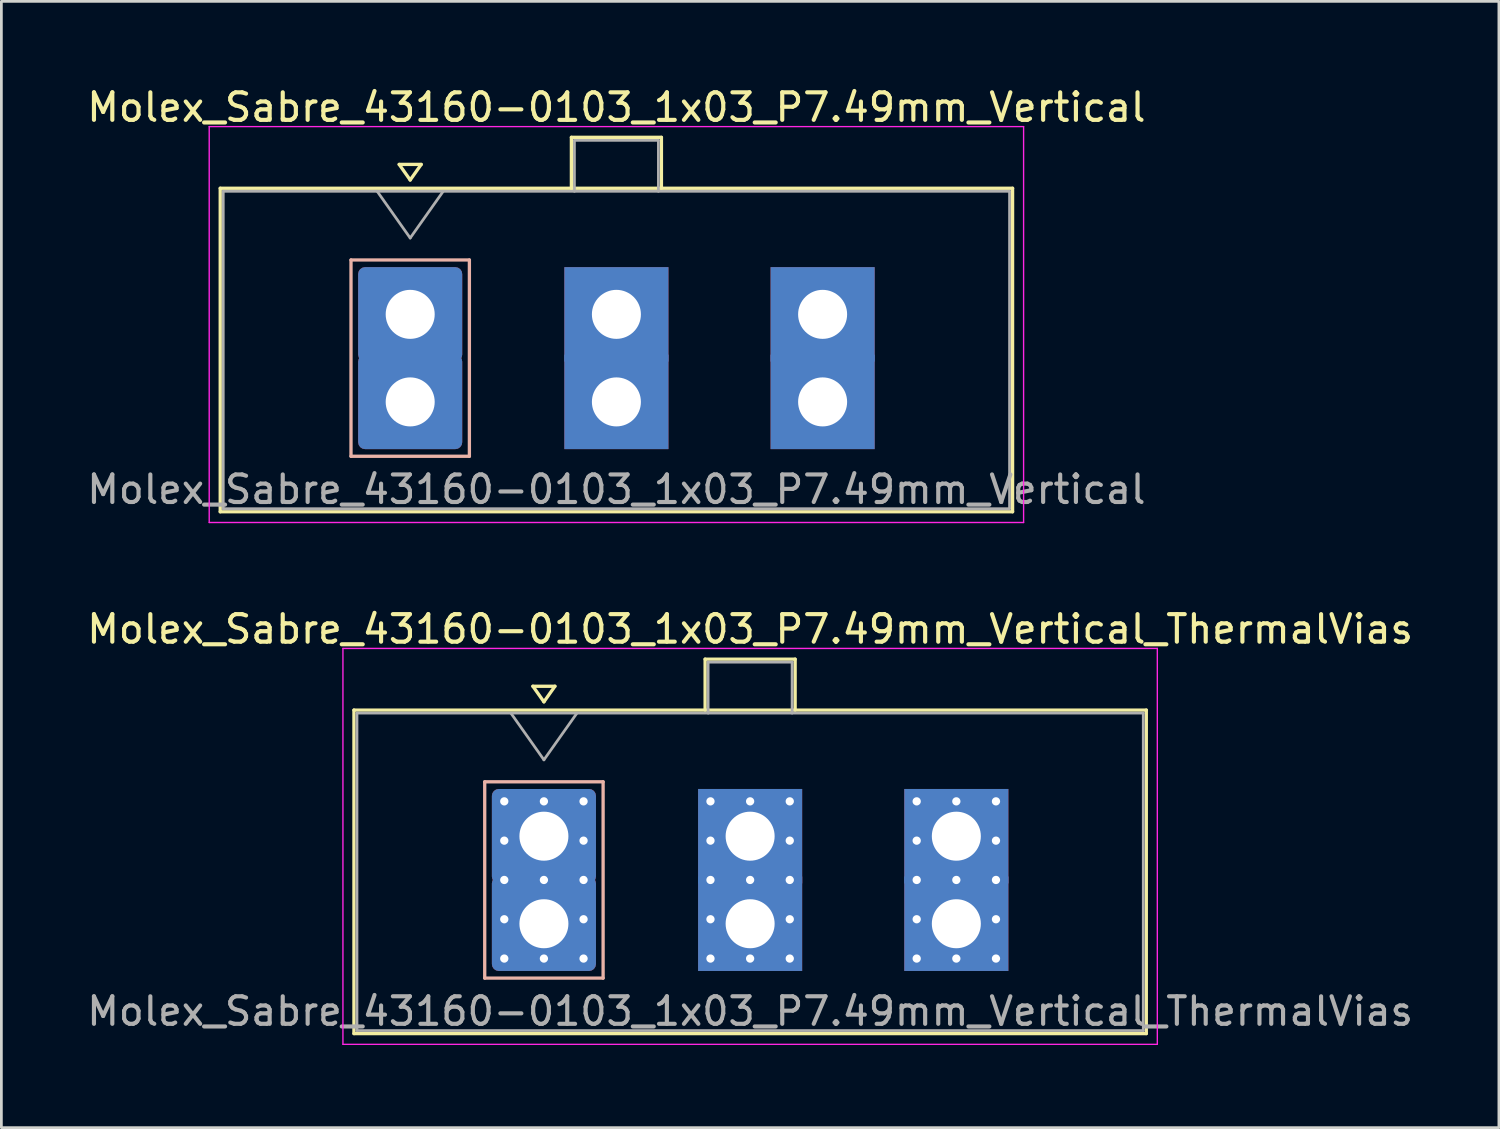
<source format=kicad_pcb>
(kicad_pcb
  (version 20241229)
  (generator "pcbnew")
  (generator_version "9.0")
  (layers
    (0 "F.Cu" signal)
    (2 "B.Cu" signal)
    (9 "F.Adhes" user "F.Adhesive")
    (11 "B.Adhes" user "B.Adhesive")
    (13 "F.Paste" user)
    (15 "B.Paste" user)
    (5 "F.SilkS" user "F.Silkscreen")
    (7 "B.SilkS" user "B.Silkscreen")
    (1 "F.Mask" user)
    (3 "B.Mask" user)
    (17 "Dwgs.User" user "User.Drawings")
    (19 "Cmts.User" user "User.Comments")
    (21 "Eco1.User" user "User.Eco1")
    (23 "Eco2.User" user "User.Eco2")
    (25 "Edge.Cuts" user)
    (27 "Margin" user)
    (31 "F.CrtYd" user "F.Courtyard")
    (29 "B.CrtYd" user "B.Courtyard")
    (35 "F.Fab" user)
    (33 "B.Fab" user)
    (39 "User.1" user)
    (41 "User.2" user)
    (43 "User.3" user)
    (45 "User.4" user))
  (footprint "Molex_Sabre_43160-0103_1x03_P7.49mm_Vertical"
    (layer "F.Cu")
    (at 11.849 11.548)
    (property "Reference" "Molex_Sabre_43160-0103_1x03_P7.49mm_Vertical" (at 7.49 -10.7 0) (layer "F.SilkS") (effects (font (size 1 1) (thickness 0.15))))
    (attr through_hole)
    (fp_line (start -6.9 -7.76) (end -6.9 3.99) (stroke (width 0.12) (type solid)) (layer "F.SilkS"))
    (fp_line (start -6.9 3.99) (end 21.88 3.99) (stroke (width 0.12) (type solid)) (layer "F.SilkS"))
    (fp_line (start -0.4 -8.626) (end 0 -8.06) (stroke (width 0.12) (type solid)) (layer "F.SilkS"))
    (fp_line (start 0 -8.06) (end 0.4 -8.626) (stroke (width 0.12) (type solid)) (layer "F.SilkS"))
    (fp_line (start 0.4 -8.626) (end -0.4 -8.626) (stroke (width 0.12) (type solid)) (layer "F.SilkS"))
    (fp_line (start 5.855 -9.61) (end 9.125 -9.61) (stroke (width 0.12) (type solid)) (layer "F.SilkS"))
    (fp_line (start 5.855 -7.76) (end 5.855 -9.61) (stroke (width 0.12) (type solid)) (layer "F.SilkS"))
    (fp_line (start 9.125 -9.61) (end 9.125 -7.76) (stroke (width 0.12) (type solid)) (layer "F.SilkS"))
    (fp_line (start 21.88 -7.76) (end -6.9 -7.76) (stroke (width 0.12) (type solid)) (layer "F.SilkS"))
    (fp_line (start 21.88 3.99) (end 21.88 -7.76) (stroke (width 0.12) (type solid)) (layer "F.SilkS"))
    (fp_line (start -2.15 -5.155) (end -2.15 1.975) (stroke (width 0.12) (type solid)) (layer "B.SilkS"))
    (fp_line (start -2.15 1.975) (end 2.15 1.975) (stroke (width 0.12) (type solid)) (layer "B.SilkS"))
    (fp_line (start 2.15 -5.155) (end -2.15 -5.155) (stroke (width 0.12) (type solid)) (layer "B.SilkS"))
    (fp_line (start 2.15 1.975) (end 2.15 -5.155) (stroke (width 0.12) (type solid)) (layer "B.SilkS"))
    (fp_line (start -7.3 -10) (end -7.3 4.38) (stroke (width 0.05) (type solid)) (layer "F.CrtYd"))
    (fp_line (start -7.3 4.38) (end 22.28 4.38) (stroke (width 0.05) (type solid)) (layer "F.CrtYd"))
    (fp_line (start 22.28 -10) (end -7.3 -10) (stroke (width 0.05) (type solid)) (layer "F.CrtYd"))
    (fp_line (start 22.28 4.38) (end 22.28 -10) (stroke (width 0.05) (type solid)) (layer "F.CrtYd"))
    (fp_line (start -6.79 -7.65) (end -6.79 3.88) (stroke (width 0.1) (type solid)) (layer "F.Fab"))
    (fp_line (start -6.79 3.88) (end 21.77 3.88) (stroke (width 0.1) (type solid)) (layer "F.Fab"))
    (fp_line (start -1.2 -7.65) (end 0 -5.953) (stroke (width 0.1) (type solid)) (layer "F.Fab"))
    (fp_line (start 0 -5.953) (end 1.2 -7.65) (stroke (width 0.1) (type solid)) (layer "F.Fab"))
    (fp_line (start 5.965 -9.5) (end 9.015 -9.5) (stroke (width 0.1) (type solid)) (layer "F.Fab"))
    (fp_line (start 5.965 -7.65) (end 5.965 -9.5) (stroke (width 0.1) (type solid)) (layer "F.Fab"))
    (fp_line (start 9.015 -9.5) (end 9.015 -7.65) (stroke (width 0.1) (type solid)) (layer "F.Fab"))
    (fp_line (start 21.77 -7.65) (end -6.79 -7.65) (stroke (width 0.1) (type solid)) (layer "F.Fab"))
    (fp_line (start 21.77 3.88) (end 21.77 -7.65) (stroke (width 0.1) (type solid)) (layer "F.Fab"))
    (fp_text user "${REFERENCE}" (at 7.49 3.18 0) (layer "F.Fab") (effects (font (size 1 1) (thickness 0.15))))
    (pad "1" thru_hole roundrect (at 0 -3.18) (size 3.78 3.43) (drill 1.78) (layers "*.Cu" "*.Mask") (roundrect_rratio 0.073))
    (pad "1" thru_hole roundrect (at 0 0) (size 3.78 3.43) (drill 1.78) (layers "*.Cu" "*.Mask") (roundrect_rratio 0.073))
    (pad "2" thru_hole rect (at 7.49 -3.18) (size 3.78 3.43) (drill 1.78) (layers "*.Cu" "*.Mask"))
    (pad "2" thru_hole rect (at 7.49 0) (size 3.78 3.43) (drill 1.78) (layers "*.Cu" "*.Mask"))
    (pad "3" thru_hole rect (at 14.98 -3.18) (size 3.78 3.43) (drill 1.78) (layers "*.Cu" "*.Mask"))
    (pad "3" thru_hole rect (at 14.98 0) (size 3.78 3.43) (drill 1.78) (layers "*.Cu" "*.Mask")))
  (footprint "Molex_Sabre_43160-0103_1x03_P7.49mm_Vertical_ThermalVias"
    (layer "F.Cu")
    (at 16.706 30.502)
    (property "Reference" "Molex_Sabre_43160-0103_1x03_P7.49mm_Vertical_ThermalVias" (at 7.49 -10.7 0) (layer "F.SilkS") (effects (font (size 1 1) (thickness 0.15))))
    (attr through_hole)
    (fp_line (start -6.9 -7.76) (end -6.9 3.99) (stroke (width 0.12) (type solid)) (layer "F.SilkS"))
    (fp_line (start -6.9 3.99) (end 21.88 3.99) (stroke (width 0.12) (type solid)) (layer "F.SilkS"))
    (fp_line (start -0.4 -8.626) (end 0 -8.06) (stroke (width 0.12) (type solid)) (layer "F.SilkS"))
    (fp_line (start 0 -8.06) (end 0.4 -8.626) (stroke (width 0.12) (type solid)) (layer "F.SilkS"))
    (fp_line (start 0.4 -8.626) (end -0.4 -8.626) (stroke (width 0.12) (type solid)) (layer "F.SilkS"))
    (fp_line (start 5.855 -9.61) (end 9.125 -9.61) (stroke (width 0.12) (type solid)) (layer "F.SilkS"))
    (fp_line (start 5.855 -7.76) (end 5.855 -9.61) (stroke (width 0.12) (type solid)) (layer "F.SilkS"))
    (fp_line (start 9.125 -9.61) (end 9.125 -7.76) (stroke (width 0.12) (type solid)) (layer "F.SilkS"))
    (fp_line (start 21.88 -7.76) (end -6.9 -7.76) (stroke (width 0.12) (type solid)) (layer "F.SilkS"))
    (fp_line (start 21.88 3.99) (end 21.88 -7.76) (stroke (width 0.12) (type solid)) (layer "F.SilkS"))
    (fp_line (start -2.15 -5.155) (end -2.15 1.975) (stroke (width 0.12) (type solid)) (layer "B.SilkS"))
    (fp_line (start -2.15 1.975) (end 2.15 1.975) (stroke (width 0.12) (type solid)) (layer "B.SilkS"))
    (fp_line (start 2.15 -5.155) (end -2.15 -5.155) (stroke (width 0.12) (type solid)) (layer "B.SilkS"))
    (fp_line (start 2.15 1.975) (end 2.15 -5.155) (stroke (width 0.12) (type solid)) (layer "B.SilkS"))
    (fp_line (start -7.3 -10) (end -7.3 4.38) (stroke (width 0.05) (type solid)) (layer "F.CrtYd"))
    (fp_line (start -7.3 4.38) (end 22.28 4.38) (stroke (width 0.05) (type solid)) (layer "F.CrtYd"))
    (fp_line (start 22.28 -10) (end -7.3 -10) (stroke (width 0.05) (type solid)) (layer "F.CrtYd"))
    (fp_line (start 22.28 4.38) (end 22.28 -10) (stroke (width 0.05) (type solid)) (layer "F.CrtYd"))
    (fp_line (start -6.79 -7.65) (end -6.79 3.88) (stroke (width 0.1) (type solid)) (layer "F.Fab"))
    (fp_line (start -6.79 3.88) (end 21.77 3.88) (stroke (width 0.1) (type solid)) (layer "F.Fab"))
    (fp_line (start -1.2 -7.65) (end 0 -5.953) (stroke (width 0.1) (type solid)) (layer "F.Fab"))
    (fp_line (start 0 -5.953) (end 1.2 -7.65) (stroke (width 0.1) (type solid)) (layer "F.Fab"))
    (fp_line (start 5.965 -9.5) (end 9.015 -9.5) (stroke (width 0.1) (type solid)) (layer "F.Fab"))
    (fp_line (start 5.965 -7.65) (end 5.965 -9.5) (stroke (width 0.1) (type solid)) (layer "F.Fab"))
    (fp_line (start 9.015 -9.5) (end 9.015 -7.65) (stroke (width 0.1) (type solid)) (layer "F.Fab"))
    (fp_line (start 21.77 -7.65) (end -6.79 -7.65) (stroke (width 0.1) (type solid)) (layer "F.Fab"))
    (fp_line (start 21.77 3.88) (end 21.77 -7.65) (stroke (width 0.1) (type solid)) (layer "F.Fab"))
    (fp_text user "${REFERENCE}" (at 7.49 3.18 0) (layer "F.Fab") (effects (font (size 1 1) (thickness 0.15))))
    (pad "1" thru_hole roundrect (at -1.44 -4.445) (size 0.6 0.6) (drill 0.3) (layers "*.Cu" "*.Mask") (roundrect_rratio 0.25))
    (pad "1" thru_hole roundrect (at -1.44 -3.018) (size 0.6 0.6) (drill 0.3) (layers "*.Cu" "*.Mask") (roundrect_rratio 0.25))
    (pad "1" thru_hole roundrect (at -1.44 -1.59) (size 0.6 0.6) (drill 0.3) (layers "*.Cu" "*.Mask") (roundrect_rratio 0.25))
    (pad "1" thru_hole roundrect (at -1.44 -0.163) (size 0.6 0.6) (drill 0.3) (layers "*.Cu" "*.Mask") (roundrect_rratio 0.25))
    (pad "1" thru_hole roundrect (at -1.44 1.265) (size 0.6 0.6) (drill 0.3) (layers "*.Cu" "*.Mask") (roundrect_rratio 0.25))
    (pad "1" thru_hole roundrect (at 0 -4.445) (size 0.6 0.6) (drill 0.3) (layers "*.Cu" "*.Mask") (roundrect_rratio 0.25))
    (pad "1" thru_hole roundrect (at 0 -3.18) (size 3.78 3.43) (drill 1.78) (layers "*.Cu" "*.Mask") (roundrect_rratio 0.073))
    (pad "1" thru_hole roundrect (at 0 -1.59) (size 0.6 0.6) (drill 0.3) (layers "*.Cu" "*.Mask") (roundrect_rratio 0.25))
    (pad "1" thru_hole roundrect (at 0 0) (size 3.78 3.43) (drill 1.78) (layers "*.Cu" "*.Mask") (roundrect_rratio 0.073))
    (pad "1" thru_hole roundrect (at 0 1.265) (size 0.6 0.6) (drill 0.3) (layers "*.Cu" "*.Mask") (roundrect_rratio 0.25))
    (pad "1" thru_hole roundrect (at 1.44 -4.445) (size 0.6 0.6) (drill 0.3) (layers "*.Cu" "*.Mask") (roundrect_rratio 0.25))
    (pad "1" thru_hole roundrect (at 1.44 -3.018) (size 0.6 0.6) (drill 0.3) (layers "*.Cu" "*.Mask") (roundrect_rratio 0.25))
    (pad "1" thru_hole roundrect (at 1.44 -1.59) (size 0.6 0.6) (drill 0.3) (layers "*.Cu" "*.Mask") (roundrect_rratio 0.25))
    (pad "1" thru_hole roundrect (at 1.44 -0.163) (size 0.6 0.6) (drill 0.3) (layers "*.Cu" "*.Mask") (roundrect_rratio 0.25))
    (pad "1" thru_hole roundrect (at 1.44 1.265) (size 0.6 0.6) (drill 0.3) (layers "*.Cu" "*.Mask") (roundrect_rratio 0.25))
    (pad "2" thru_hole circle (at 6.05 -4.445) (size 0.6 0.6) (drill 0.3) (layers "*.Cu" "*.Mask"))
    (pad "2" thru_hole circle (at 6.05 -3.018) (size 0.6 0.6) (drill 0.3) (layers "*.Cu" "*.Mask"))
    (pad "2" thru_hole circle (at 6.05 -1.59) (size 0.6 0.6) (drill 0.3) (layers "*.Cu" "*.Mask"))
    (pad "2" thru_hole circle (at 6.05 -0.163) (size 0.6 0.6) (drill 0.3) (layers "*.Cu" "*.Mask"))
    (pad "2" thru_hole circle (at 6.05 1.265) (size 0.6 0.6) (drill 0.3) (layers "*.Cu" "*.Mask"))
    (pad "2" thru_hole circle (at 7.49 -4.445) (size 0.6 0.6) (drill 0.3) (layers "*.Cu" "*.Mask"))
    (pad "2" thru_hole rect (at 7.49 -3.18) (size 3.78 3.43) (drill 1.78) (layers "*.Cu" "*.Mask"))
    (pad "2" thru_hole circle (at 7.49 -1.59) (size 0.6 0.6) (drill 0.3) (layers "*.Cu" "*.Mask"))
    (pad "2" thru_hole rect (at 7.49 0) (size 3.78 3.43) (drill 1.78) (layers "*.Cu" "*.Mask"))
    (pad "2" thru_hole circle (at 7.49 1.265) (size 0.6 0.6) (drill 0.3) (layers "*.Cu" "*.Mask"))
    (pad "2" thru_hole circle (at 8.93 -4.445) (size 0.6 0.6) (drill 0.3) (layers "*.Cu" "*.Mask"))
    (pad "2" thru_hole circle (at 8.93 -3.018) (size 0.6 0.6) (drill 0.3) (layers "*.Cu" "*.Mask"))
    (pad "2" thru_hole circle (at 8.93 -1.59) (size 0.6 0.6) (drill 0.3) (layers "*.Cu" "*.Mask"))
    (pad "2" thru_hole circle (at 8.93 -0.163) (size 0.6 0.6) (drill 0.3) (layers "*.Cu" "*.Mask"))
    (pad "2" thru_hole circle (at 8.93 1.265) (size 0.6 0.6) (drill 0.3) (layers "*.Cu" "*.Mask"))
    (pad "3" thru_hole circle (at 13.54 -4.445) (size 0.6 0.6) (drill 0.3) (layers "*.Cu" "*.Mask"))
    (pad "3" thru_hole circle (at 13.54 -3.018) (size 0.6 0.6) (drill 0.3) (layers "*.Cu" "*.Mask"))
    (pad "3" thru_hole circle (at 13.54 -1.59) (size 0.6 0.6) (drill 0.3) (layers "*.Cu" "*.Mask"))
    (pad "3" thru_hole circle (at 13.54 -0.163) (size 0.6 0.6) (drill 0.3) (layers "*.Cu" "*.Mask"))
    (pad "3" thru_hole circle (at 13.54 1.265) (size 0.6 0.6) (drill 0.3) (layers "*.Cu" "*.Mask"))
    (pad "3" thru_hole circle (at 14.98 -4.445) (size 0.6 0.6) (drill 0.3) (layers "*.Cu" "*.Mask"))
    (pad "3" thru_hole rect (at 14.98 -3.18) (size 3.78 3.43) (drill 1.78) (layers "*.Cu" "*.Mask"))
    (pad "3" thru_hole circle (at 14.98 -1.59) (size 0.6 0.6) (drill 0.3) (layers "*.Cu" "*.Mask"))
    (pad "3" thru_hole rect (at 14.98 0) (size 3.78 3.43) (drill 1.78) (layers "*.Cu" "*.Mask"))
    (pad "3" thru_hole circle (at 14.98 1.265) (size 0.6 0.6) (drill 0.3) (layers "*.Cu" "*.Mask"))
    (pad "3" thru_hole circle (at 16.42 -4.445) (size 0.6 0.6) (drill 0.3) (layers "*.Cu" "*.Mask"))
    (pad "3" thru_hole circle (at 16.42 -3.018) (size 0.6 0.6) (drill 0.3) (layers "*.Cu" "*.Mask"))
    (pad "3" thru_hole circle (at 16.42 -1.59) (size 0.6 0.6) (drill 0.3) (layers "*.Cu" "*.Mask"))
    (pad "3" thru_hole circle (at 16.42 -0.163) (size 0.6 0.6) (drill 0.3) (layers "*.Cu" "*.Mask"))
    (pad "3" thru_hole circle (at 16.42 1.265) (size 0.6 0.6) (drill 0.3) (layers "*.Cu" "*.Mask")))
  (gr_rect
    (start -3 -3)
    (end 51.393 37.907)
    (stroke (width 0.1) (type default))
    (fill no)
    (layer "Edge.Cuts")))
</source>
